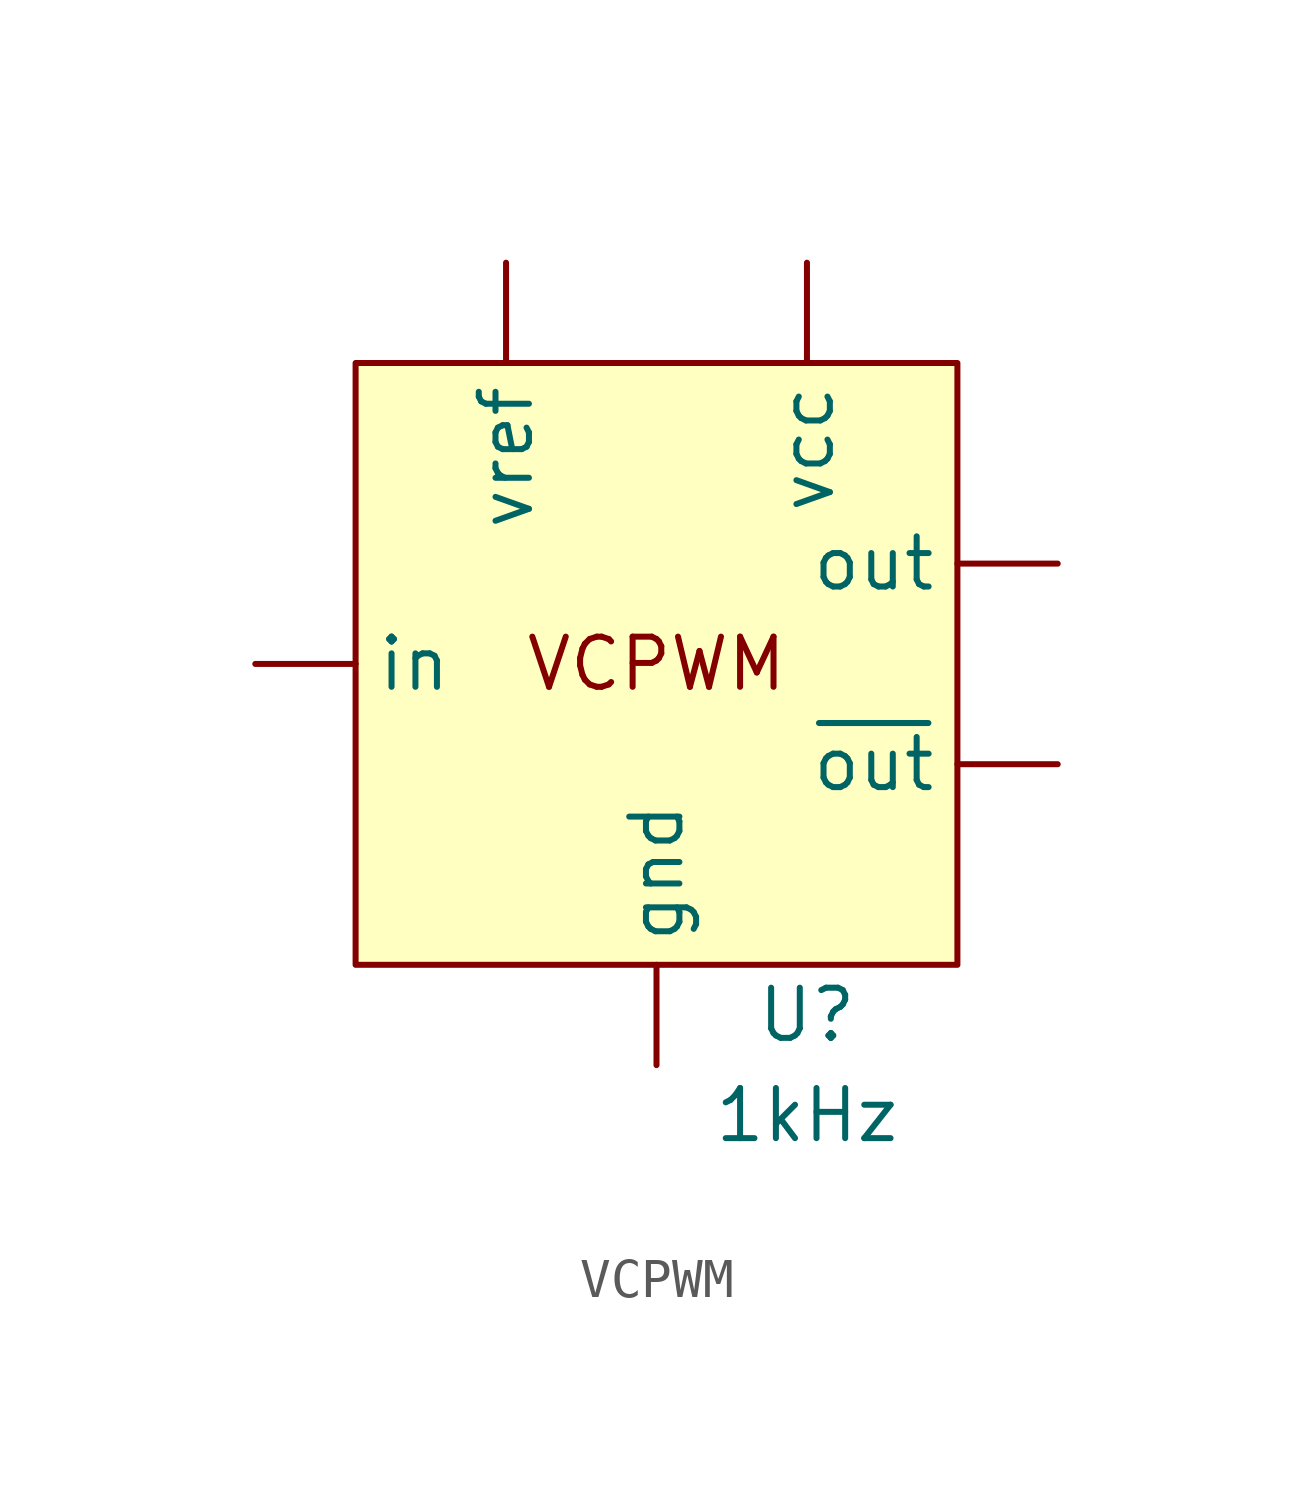
<source format=kicad_sym>
(kicad_symbol_lib
  (version 20231120)
  (generator "kicad_symbol_editor")
  (generator_version "8.0")
  (symbol "VCPWM"
    (pin_numbers hide)
    (property "Reference" "U"
      (at 3.81 -8.89 0)
      (effects (font (size 1.27 1.27))))
    (property "Value" "1kHz"
      (at 3.81 -11.43 0)
      (effects (font (size 1.27 1.27))))
    (symbol "VCPWM_0_0"
      (pin power_in line (at 3.81 10.16 270) (length 2.54) (name "vcc" (effects (font (size 1.27 1.27)))) (number "5" (effects (font (size 1.27 1.27))))))
    (symbol "VCPWM_0_1"
      (rectangle (start -7.62 7.62) (end 7.62 -7.62) (stroke (width 0) (type default)) (fill (type background))))
    (symbol "VCPWM_1_0"
      (pin input line (at -10.16 0 0) (length 2.54) (name "in" (effects (font (size 1.27 1.27)))) (number "1" (effects (font (size 1.27 1.27)))))
      (pin input line (at -3.81 10.16 270) (length 2.54) (name "vref" (effects (font (size 1.27 1.27)))) (number "2" (effects (font (size 1.27 1.27)))))
      (pin output line (at 10.16 2.54 180) (length 2.54) (name "out" (effects (font (size 1.27 1.27)))) (number "3" (effects (font (size 1.27 1.27)))))
      (pin output line (at 10.16 -2.54 180) (length 2.54) (name "~{out}" (effects (font (size 1.27 1.27)))) (number "4" (effects (font (size 1.27 1.27)))))
      (pin power_in line (at 0 -10.16 90) (length 2.54) (name "gnd" (effects (font (size 1.27 1.27)))) (number "6" (effects (font (size 1.27 1.27))))))
    (symbol "VCPWM_1_1"
      (text "VCPWM" (at 0 0 0) (effects (font (size 1.27 1.27)))))))
</source>
